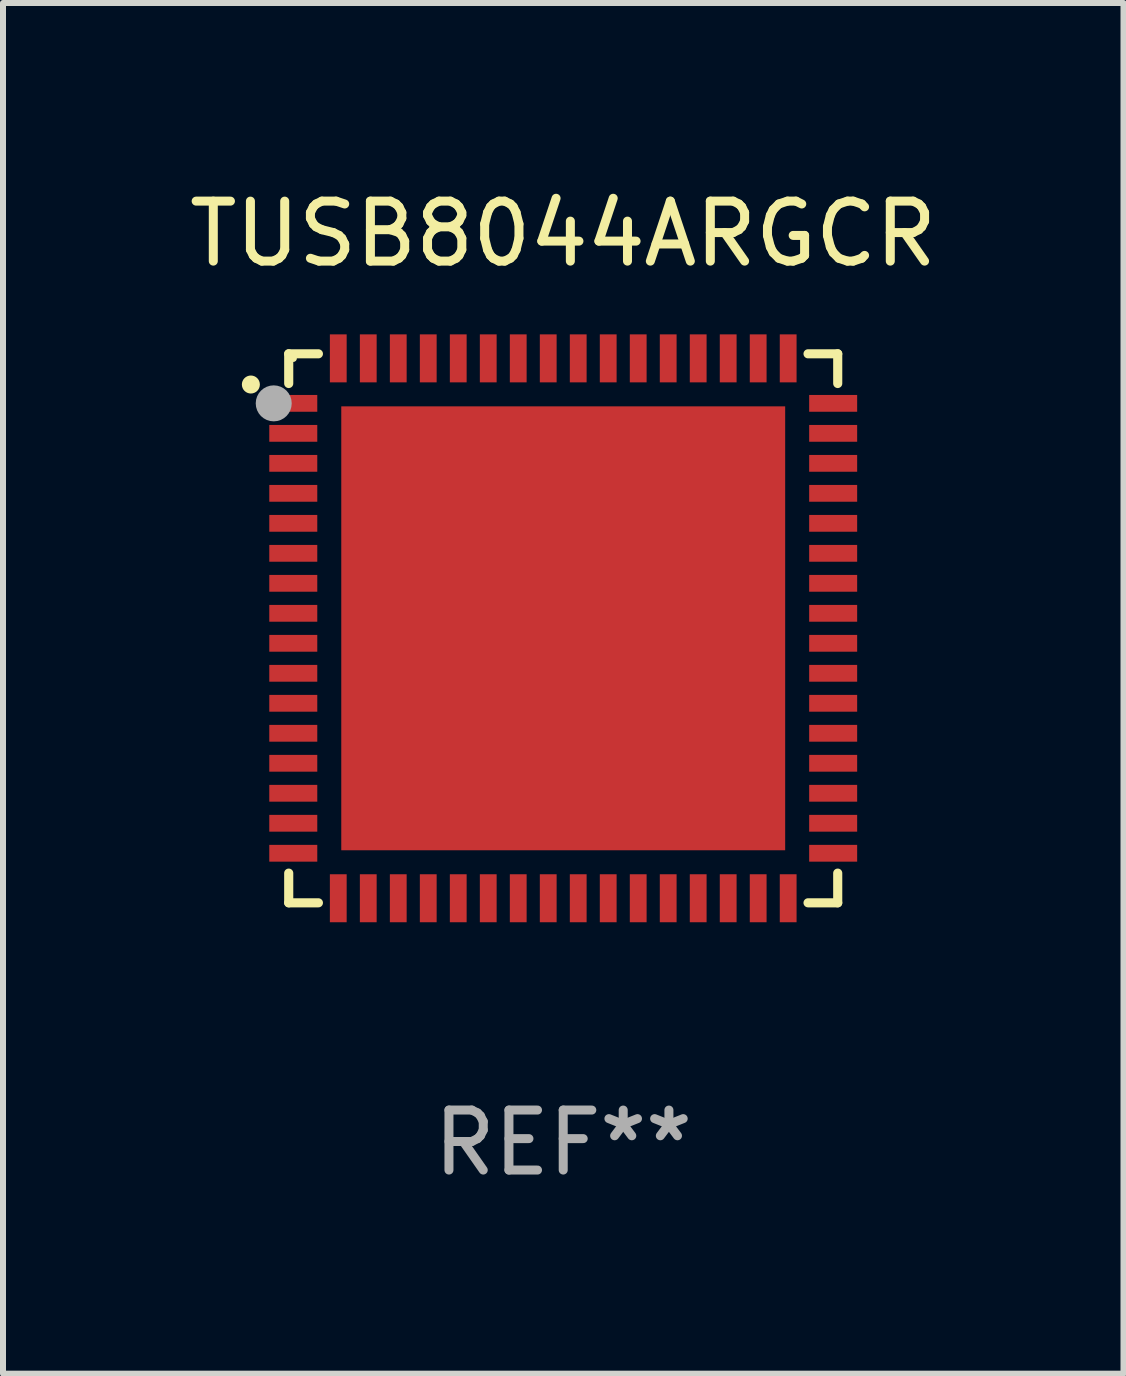
<source format=kicad_pcb>
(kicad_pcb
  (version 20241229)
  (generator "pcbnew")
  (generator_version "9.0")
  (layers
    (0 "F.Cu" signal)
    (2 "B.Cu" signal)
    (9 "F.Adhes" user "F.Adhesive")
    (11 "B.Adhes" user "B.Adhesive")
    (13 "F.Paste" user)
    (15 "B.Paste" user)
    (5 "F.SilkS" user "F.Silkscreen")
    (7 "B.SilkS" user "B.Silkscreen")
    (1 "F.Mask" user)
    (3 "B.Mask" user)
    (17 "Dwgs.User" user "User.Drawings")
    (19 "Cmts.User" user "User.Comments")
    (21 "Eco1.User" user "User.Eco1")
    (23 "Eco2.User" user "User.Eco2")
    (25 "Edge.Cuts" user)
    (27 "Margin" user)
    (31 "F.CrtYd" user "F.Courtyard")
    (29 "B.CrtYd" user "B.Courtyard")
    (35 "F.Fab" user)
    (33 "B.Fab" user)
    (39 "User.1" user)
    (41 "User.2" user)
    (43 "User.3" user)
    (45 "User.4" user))
  (footprint "TUSB8044ARGCR"
    (layer "F.Cu")
    (at 6.339 7.424)
    (property "Reference" "TUSB8044ARGCR" (at 0 -6.576 0) (layer "F.SilkS") (effects (font (size 1 1) (thickness 0.15))))
    (attr through_hole)
    (fp_line (start -4.576 -4.576) (end -4.576 -4.081) (stroke (width 0.152) (type solid)) (layer "F.SilkS"))
    (fp_line (start -4.576 4.576) (end -4.576 4.081) (stroke (width 0.152) (type solid)) (layer "F.SilkS"))
    (fp_line (start -4.081 -4.576) (end -4.576 -4.576) (stroke (width 0.152) (type solid)) (layer "F.SilkS"))
    (fp_line (start -4.081 4.576) (end -4.576 4.576) (stroke (width 0.152) (type solid)) (layer "F.SilkS"))
    (fp_line (start 4.081 -4.576) (end 4.576 -4.576) (stroke (width 0.152) (type solid)) (layer "F.SilkS"))
    (fp_line (start 4.081 4.576) (end 4.576 4.576) (stroke (width 0.152) (type solid)) (layer "F.SilkS"))
    (fp_line (start 4.576 -4.576) (end 4.576 -4.081) (stroke (width 0.152) (type solid)) (layer "F.SilkS"))
    (fp_line (start 4.576 4.576) (end 4.576 4.081) (stroke (width 0.152) (type solid)) (layer "F.SilkS"))
    (fp_circle (center -5.207 -4.064) (end -5.132 -4.064) (stroke (width 0.15) (type solid)) (fill no) (layer "F.SilkS"))
    (fp_circle (center -4.5 -4.5) (end -4.47 -4.5) (stroke (width 0.06) (type solid)) (fill no) (layer "F.SilkS"))
    (fp_circle (center -4.826 -3.75) (end -4.676 -3.75) (stroke (width 0.3) (type solid)) (fill no) (layer "F.Fab"))
    (fp_text user "REF**" (at 0 8.576 0) (layer "F.Fab") (effects (font (size 1 1) (thickness 0.15))))
    (pad "1" smd rect (at -4.5 -3.75) (size 0.8 0.28) (layers "F.Cu" "F.Mask" "F.Paste"))
    (pad "2" smd rect (at -4.5 -3.25) (size 0.8 0.28) (layers "F.Cu" "F.Mask" "F.Paste"))
    (pad "3" smd rect (at -4.5 -2.75) (size 0.8 0.28) (layers "F.Cu" "F.Mask" "F.Paste"))
    (pad "4" smd rect (at -4.5 -2.25) (size 0.8 0.28) (layers "F.Cu" "F.Mask" "F.Paste"))
    (pad "5" smd rect (at -4.5 -1.75) (size 0.8 0.28) (layers "F.Cu" "F.Mask" "F.Paste"))
    (pad "6" smd rect (at -4.5 -1.25) (size 0.8 0.28) (layers "F.Cu" "F.Mask" "F.Paste"))
    (pad "7" smd rect (at -4.5 -0.75) (size 0.8 0.28) (layers "F.Cu" "F.Mask" "F.Paste"))
    (pad "8" smd rect (at -4.5 -0.25) (size 0.8 0.28) (layers "F.Cu" "F.Mask" "F.Paste"))
    (pad "9" smd rect (at -4.5 0.25) (size 0.8 0.28) (layers "F.Cu" "F.Mask" "F.Paste"))
    (pad "10" smd rect (at -4.5 0.75) (size 0.8 0.28) (layers "F.Cu" "F.Mask" "F.Paste"))
    (pad "11" smd rect (at -4.5 1.25) (size 0.8 0.28) (layers "F.Cu" "F.Mask" "F.Paste"))
    (pad "12" smd rect (at -4.5 1.75) (size 0.8 0.28) (layers "F.Cu" "F.Mask" "F.Paste"))
    (pad "13" smd rect (at -4.5 2.25) (size 0.8 0.28) (layers "F.Cu" "F.Mask" "F.Paste"))
    (pad "14" smd rect (at -4.5 2.75) (size 0.8 0.28) (layers "F.Cu" "F.Mask" "F.Paste"))
    (pad "15" smd rect (at -4.5 3.25) (size 0.8 0.28) (layers "F.Cu" "F.Mask" "F.Paste"))
    (pad "16" smd rect (at -4.5 3.75) (size 0.8 0.28) (layers "F.Cu" "F.Mask" "F.Paste"))
    (pad "17" smd rect (at -3.75 4.5) (size 0.28 0.8) (layers "F.Cu" "F.Mask" "F.Paste"))
    (pad "18" smd rect (at -3.25 4.5) (size 0.28 0.8) (layers "F.Cu" "F.Mask" "F.Paste"))
    (pad "19" smd rect (at -2.75 4.5) (size 0.28 0.8) (layers "F.Cu" "F.Mask" "F.Paste"))
    (pad "20" smd rect (at -2.25 4.5) (size 0.28 0.8) (layers "F.Cu" "F.Mask" "F.Paste"))
    (pad "21" smd rect (at -1.75 4.5) (size 0.28 0.8) (layers "F.Cu" "F.Mask" "F.Paste"))
    (pad "22" smd rect (at -1.25 4.5) (size 0.28 0.8) (layers "F.Cu" "F.Mask" "F.Paste"))
    (pad "23" smd rect (at -0.75 4.5) (size 0.28 0.8) (layers "F.Cu" "F.Mask" "F.Paste"))
    (pad "24" smd rect (at -0.25 4.5) (size 0.28 0.8) (layers "F.Cu" "F.Mask" "F.Paste"))
    (pad "25" smd rect (at 0.25 4.5) (size 0.28 0.8) (layers "F.Cu" "F.Mask" "F.Paste"))
    (pad "26" smd rect (at 0.75 4.5) (size 0.28 0.8) (layers "F.Cu" "F.Mask" "F.Paste"))
    (pad "27" smd rect (at 1.25 4.5) (size 0.28 0.8) (layers "F.Cu" "F.Mask" "F.Paste"))
    (pad "28" smd rect (at 1.75 4.5) (size 0.28 0.8) (layers "F.Cu" "F.Mask" "F.Paste"))
    (pad "29" smd rect (at 2.25 4.5) (size 0.28 0.8) (layers "F.Cu" "F.Mask" "F.Paste"))
    (pad "30" smd rect (at 2.75 4.5) (size 0.28 0.8) (layers "F.Cu" "F.Mask" "F.Paste"))
    (pad "31" smd rect (at 3.25 4.5) (size 0.28 0.8) (layers "F.Cu" "F.Mask" "F.Paste"))
    (pad "32" smd rect (at 3.75 4.5) (size 0.28 0.8) (layers "F.Cu" "F.Mask" "F.Paste"))
    (pad "33" smd rect (at 4.5 3.75) (size 0.8 0.28) (layers "F.Cu" "F.Mask" "F.Paste"))
    (pad "34" smd rect (at 4.5 3.25) (size 0.8 0.28) (layers "F.Cu" "F.Mask" "F.Paste"))
    (pad "35" smd rect (at 4.5 2.75) (size 0.8 0.28) (layers "F.Cu" "F.Mask" "F.Paste"))
    (pad "36" smd rect (at 4.5 2.25) (size 0.8 0.28) (layers "F.Cu" "F.Mask" "F.Paste"))
    (pad "37" smd rect (at 4.5 1.75) (size 0.8 0.28) (layers "F.Cu" "F.Mask" "F.Paste"))
    (pad "38" smd rect (at 4.5 1.25) (size 0.8 0.28) (layers "F.Cu" "F.Mask" "F.Paste"))
    (pad "39" smd rect (at 4.5 0.75) (size 0.8 0.28) (layers "F.Cu" "F.Mask" "F.Paste"))
    (pad "40" smd rect (at 4.5 0.25) (size 0.8 0.28) (layers "F.Cu" "F.Mask" "F.Paste"))
    (pad "41" smd rect (at 4.5 -0.25) (size 0.8 0.28) (layers "F.Cu" "F.Mask" "F.Paste"))
    (pad "42" smd rect (at 4.5 -0.75) (size 0.8 0.28) (layers "F.Cu" "F.Mask" "F.Paste"))
    (pad "43" smd rect (at 4.5 -1.25) (size 0.8 0.28) (layers "F.Cu" "F.Mask" "F.Paste"))
    (pad "44" smd rect (at 4.5 -1.75) (size 0.8 0.28) (layers "F.Cu" "F.Mask" "F.Paste"))
    (pad "45" smd rect (at 4.5 -2.25) (size 0.8 0.28) (layers "F.Cu" "F.Mask" "F.Paste"))
    (pad "46" smd rect (at 4.5 -2.75) (size 0.8 0.28) (layers "F.Cu" "F.Mask" "F.Paste"))
    (pad "47" smd rect (at 4.5 -3.25) (size 0.8 0.28) (layers "F.Cu" "F.Mask" "F.Paste"))
    (pad "48" smd rect (at 4.5 -3.75) (size 0.8 0.28) (layers "F.Cu" "F.Mask" "F.Paste"))
    (pad "49" smd rect (at 3.75 -4.5) (size 0.28 0.8) (layers "F.Cu" "F.Mask" "F.Paste"))
    (pad "50" smd rect (at 3.25 -4.5) (size 0.28 0.8) (layers "F.Cu" "F.Mask" "F.Paste"))
    (pad "51" smd rect (at 2.75 -4.5) (size 0.28 0.8) (layers "F.Cu" "F.Mask" "F.Paste"))
    (pad "52" smd rect (at 2.25 -4.5) (size 0.28 0.8) (layers "F.Cu" "F.Mask" "F.Paste"))
    (pad "53" smd rect (at 1.75 -4.5) (size 0.28 0.8) (layers "F.Cu" "F.Mask" "F.Paste"))
    (pad "54" smd rect (at 1.25 -4.5) (size 0.28 0.8) (layers "F.Cu" "F.Mask" "F.Paste"))
    (pad "55" smd rect (at 0.75 -4.5) (size 0.28 0.8) (layers "F.Cu" "F.Mask" "F.Paste"))
    (pad "56" smd rect (at 0.25 -4.5) (size 0.28 0.8) (layers "F.Cu" "F.Mask" "F.Paste"))
    (pad "57" smd rect (at -0.25 -4.5) (size 0.28 0.8) (layers "F.Cu" "F.Mask" "F.Paste"))
    (pad "58" smd rect (at -0.75 -4.5) (size 0.28 0.8) (layers "F.Cu" "F.Mask" "F.Paste"))
    (pad "59" smd rect (at -1.25 -4.5) (size 0.28 0.8) (layers "F.Cu" "F.Mask" "F.Paste"))
    (pad "60" smd rect (at -1.75 -4.5) (size 0.28 0.8) (layers "F.Cu" "F.Mask" "F.Paste"))
    (pad "61" smd rect (at -2.25 -4.5) (size 0.28 0.8) (layers "F.Cu" "F.Mask" "F.Paste"))
    (pad "62" smd rect (at -2.75 -4.5) (size 0.28 0.8) (layers "F.Cu" "F.Mask" "F.Paste"))
    (pad "63" smd rect (at -3.25 -4.5) (size 0.28 0.8) (layers "F.Cu" "F.Mask" "F.Paste"))
    (pad "64" smd rect (at -3.75 -4.5) (size 0.28 0.8) (layers "F.Cu" "F.Mask" "F.Paste"))
    (pad "65" smd rect (at 0 0) (size 7.4 7.4) (layers "F.Cu" "F.Mask" "F.Paste")))
  (gr_rect
    (start -3 -3)
    (end 15.679 19.849)
    (stroke (width 0.1) (type default))
    (fill no)
    (layer "Edge.Cuts")))
</source>
